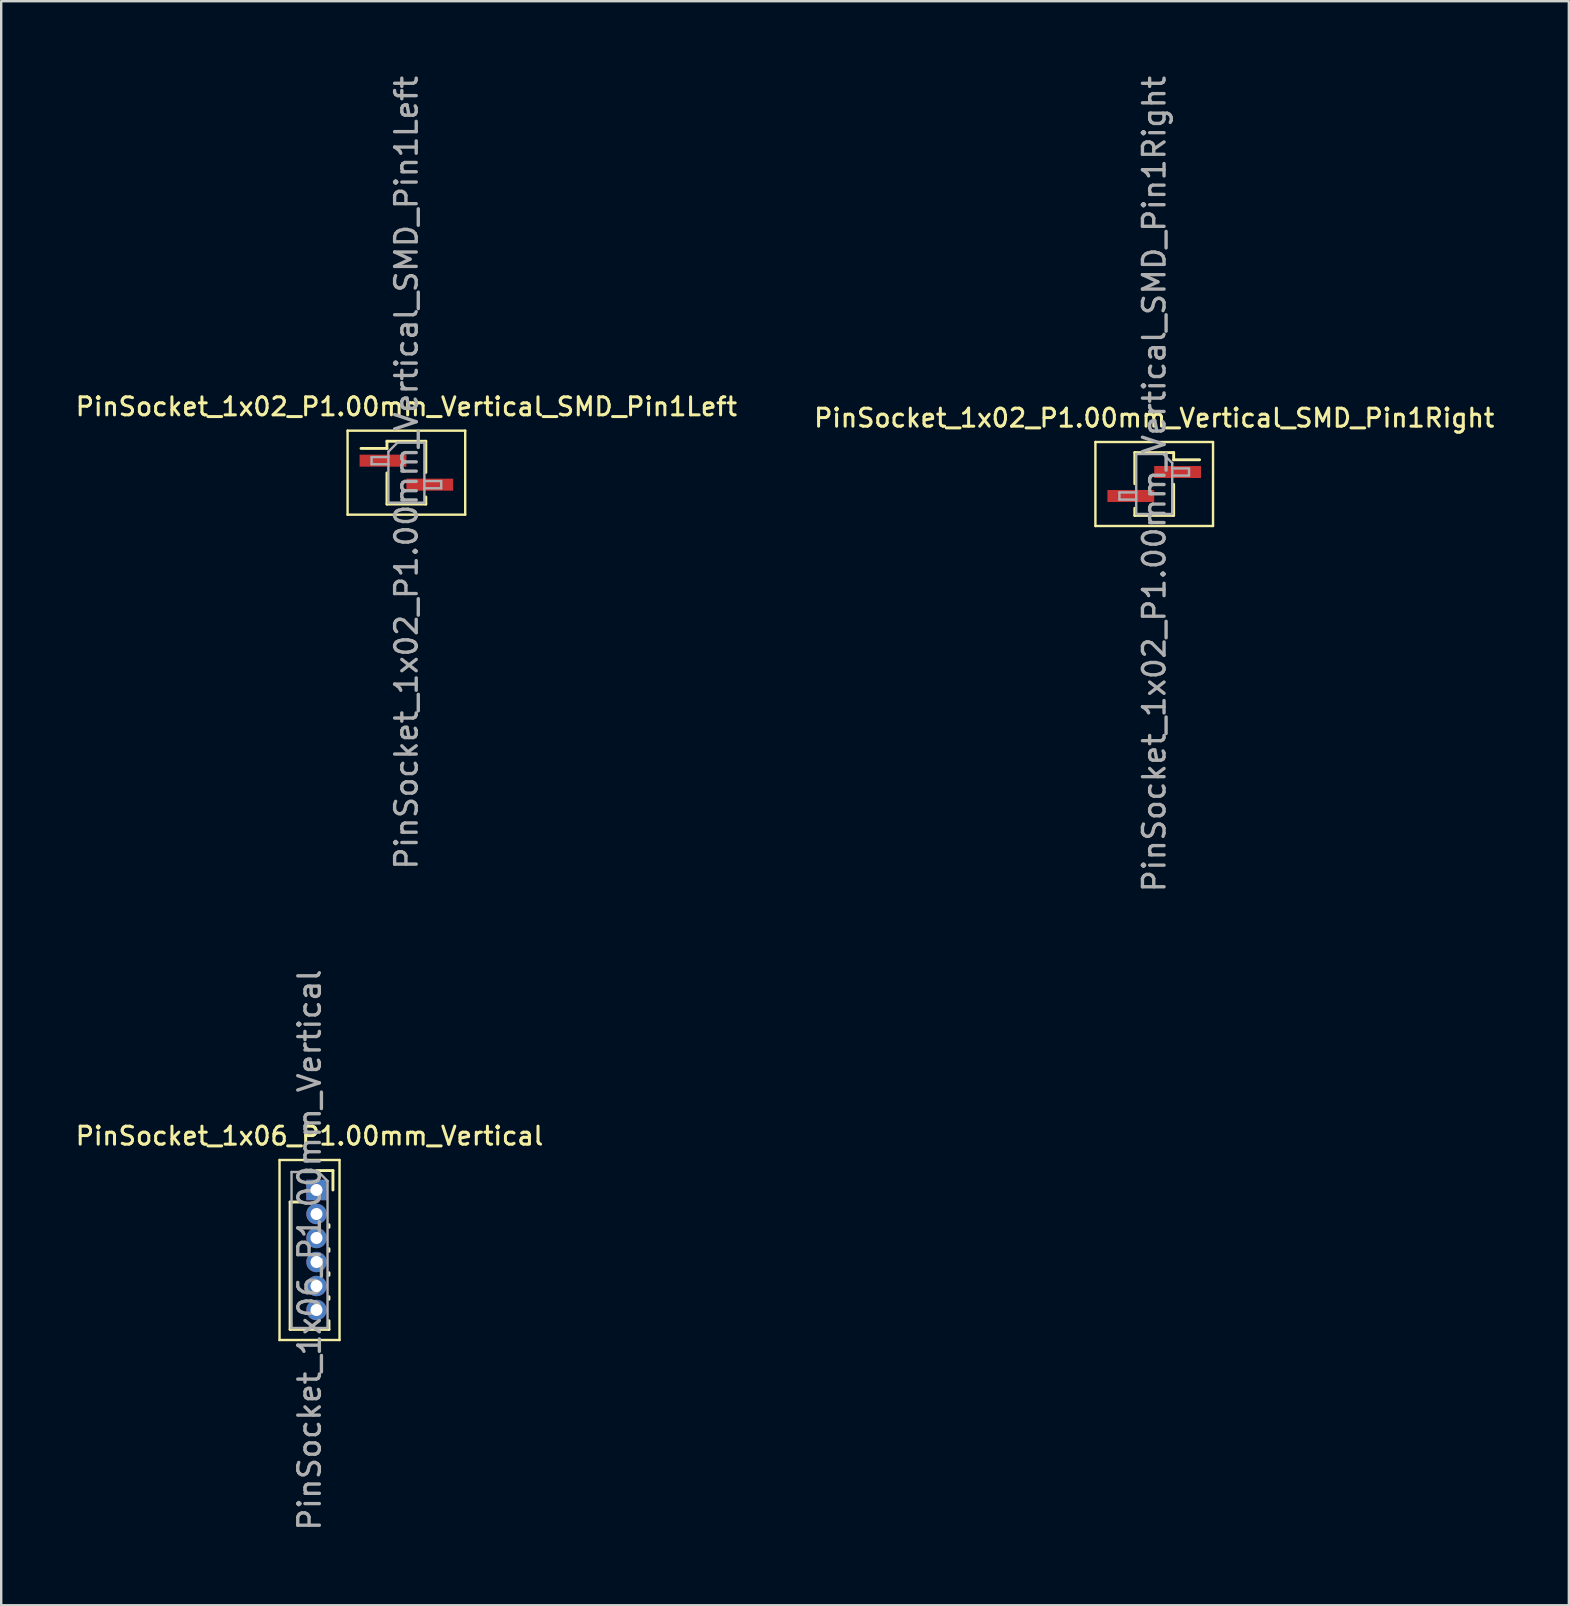
<source format=kicad_pcb>
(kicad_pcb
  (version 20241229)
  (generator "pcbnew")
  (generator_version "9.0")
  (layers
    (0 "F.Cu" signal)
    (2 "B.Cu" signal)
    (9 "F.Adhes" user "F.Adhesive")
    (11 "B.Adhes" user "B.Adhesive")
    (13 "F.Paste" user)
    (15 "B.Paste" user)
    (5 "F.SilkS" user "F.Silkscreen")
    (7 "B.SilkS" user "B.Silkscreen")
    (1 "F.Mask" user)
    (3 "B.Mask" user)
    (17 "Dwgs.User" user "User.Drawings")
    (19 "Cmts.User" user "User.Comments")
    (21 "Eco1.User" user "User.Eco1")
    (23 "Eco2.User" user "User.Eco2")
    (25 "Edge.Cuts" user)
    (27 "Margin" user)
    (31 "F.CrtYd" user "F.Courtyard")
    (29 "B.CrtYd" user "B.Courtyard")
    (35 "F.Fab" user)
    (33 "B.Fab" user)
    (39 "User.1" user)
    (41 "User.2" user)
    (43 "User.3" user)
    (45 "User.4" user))
  (footprint "PinSocket_1x06_P1.00mm_Vertical"
    (layer "F.Cu")
    (at 10.135 46.524)
    (property "Reference" "PinSocket_1x06_P1.00mm_Vertical" (at -0.29 -2.25 0) (layer "F.SilkS") (effects (font (size 0.75 0.75) (thickness 0.125))))
    (attr through_hole)
    (fp_line (start -1.54 -1.25) (end 0.96 -1.25) (stroke (width 0.1) (type solid)) (layer "F.SilkS"))
    (fp_line (start -1.54 6.25) (end -1.54 -1.25) (stroke (width 0.1) (type solid)) (layer "F.SilkS"))
    (fp_line (start -1.1 0.5) (end -1.1 5.81) (stroke (width 0.12) (type solid)) (layer "F.SilkS"))
    (fp_line (start -1.1 0.5) (end -0.685 0.5) (stroke (width 0.12) (type solid)) (layer "F.SilkS"))
    (fp_line (start -1.1 5.81) (end 0.52 5.81) (stroke (width 0.12) (type solid)) (layer "F.SilkS"))
    (fp_line (start 0 -0.81) (end 0.685 -0.81) (stroke (width 0.12) (type solid)) (layer "F.SilkS"))
    (fp_line (start 0.52 1.446) (end 0.52 1.554) (stroke (width 0.12) (type solid)) (layer "F.SilkS"))
    (fp_line (start 0.52 2.446) (end 0.52 2.554) (stroke (width 0.12) (type solid)) (layer "F.SilkS"))
    (fp_line (start 0.52 3.446) (end 0.52 3.554) (stroke (width 0.12) (type solid)) (layer "F.SilkS"))
    (fp_line (start 0.52 4.446) (end 0.52 4.554) (stroke (width 0.12) (type solid)) (layer "F.SilkS"))
    (fp_line (start 0.52 5.446) (end 0.52 5.81) (stroke (width 0.12) (type solid)) (layer "F.SilkS"))
    (fp_line (start 0.685 -0.81) (end 0.685 0) (stroke (width 0.12) (type solid)) (layer "F.SilkS"))
    (fp_line (start 0.96 -1.25) (end 0.96 6.25) (stroke (width 0.1) (type solid)) (layer "F.SilkS"))
    (fp_line (start 0.96 6.25) (end -1.54 6.25) (stroke (width 0.1) (type solid)) (layer "F.SilkS"))
    (fp_line (start -1.04 -0.75) (end 0.085 -0.75) (stroke (width 0.1) (type solid)) (layer "F.Fab"))
    (fp_line (start -1.04 5.75) (end -1.04 -0.75) (stroke (width 0.1) (type solid)) (layer "F.Fab"))
    (fp_line (start 0.085 -0.75) (end 0.46 -0.375) (stroke (width 0.1) (type solid)) (layer "F.Fab"))
    (fp_line (start 0.46 -0.375) (end 0.46 5.75) (stroke (width 0.1) (type solid)) (layer "F.Fab"))
    (fp_line (start 0.46 5.75) (end -1.04 5.75) (stroke (width 0.1) (type solid)) (layer "F.Fab"))
    (fp_text user "${REFERENCE}" (at -0.29 2.5 90) (layer "F.Fab") (effects (font (size 0.9 0.9) (thickness 0.14))))
    (pad "1" thru_hole rect (at 0 0) (size 0.85 0.85) (drill 0.5) (layers "*.Cu" "*.Mask"))
    (pad "2" thru_hole oval (at 0 1) (size 0.85 0.85) (drill 0.5) (layers "*.Cu" "*.Mask"))
    (pad "3" thru_hole oval (at 0 2) (size 0.85 0.85) (drill 0.5) (layers "*.Cu" "*.Mask"))
    (pad "4" thru_hole oval (at 0 3) (size 0.85 0.85) (drill 0.5) (layers "*.Cu" "*.Mask"))
    (pad "5" thru_hole oval (at 0 4) (size 0.85 0.85) (drill 0.5) (layers "*.Cu" "*.Mask"))
    (pad "6" thru_hole oval (at 0 5) (size 0.85 0.85) (drill 0.5) (layers "*.Cu" "*.Mask")))
  (footprint "PinSocket_1x02_P1.00mm_Vertical_SMD_Pin1Right"
    (layer "F.Cu")
    (at 45.034 17.113)
    (property "Reference" "PinSocket_1x02_P1.00mm_Vertical_SMD_Pin1Right" (at 0 -2.75 0) (layer "F.SilkS") (effects (font (size 0.75 0.75) (thickness 0.125))))
    (attr smd)
    (fp_line (start -2.45 -1.75) (end 2.45 -1.75) (stroke (width 0.1) (type solid)) (layer "F.SilkS"))
    (fp_line (start -2.45 1.75) (end -2.45 -1.75) (stroke (width 0.1) (type solid)) (layer "F.SilkS"))
    (fp_line (start -0.81 -1.31) (end -0.81 -0.01) (stroke (width 0.12) (type solid)) (layer "F.SilkS"))
    (fp_line (start -0.81 -1.31) (end 0.81 -1.31) (stroke (width 0.12) (type solid)) (layer "F.SilkS"))
    (fp_line (start -0.81 1.01) (end -0.81 1.31) (stroke (width 0.12) (type solid)) (layer "F.SilkS"))
    (fp_line (start -0.81 1.31) (end 0.81 1.31) (stroke (width 0.12) (type solid)) (layer "F.SilkS"))
    (fp_line (start 0.81 -1.31) (end 0.81 -1.01) (stroke (width 0.12) (type solid)) (layer "F.SilkS"))
    (fp_line (start 0.81 -1.01) (end 1.89 -1.01) (stroke (width 0.12) (type solid)) (layer "F.SilkS"))
    (fp_line (start 0.81 0.01) (end 0.81 1.31) (stroke (width 0.12) (type solid)) (layer "F.SilkS"))
    (fp_line (start 2.45 -1.75) (end 2.45 1.75) (stroke (width 0.1) (type solid)) (layer "F.SilkS"))
    (fp_line (start 2.45 1.75) (end -2.45 1.75) (stroke (width 0.1) (type solid)) (layer "F.SilkS"))
    (fp_line (start -1.45 0.35) (end -0.75 0.35) (stroke (width 0.1) (type solid)) (layer "F.Fab"))
    (fp_line (start -1.45 0.65) (end -1.45 0.35) (stroke (width 0.1) (type solid)) (layer "F.Fab"))
    (fp_line (start -0.75 -1.25) (end 0.375 -1.25) (stroke (width 0.1) (type solid)) (layer "F.Fab"))
    (fp_line (start -0.75 0.65) (end -1.45 0.65) (stroke (width 0.1) (type solid)) (layer "F.Fab"))
    (fp_line (start -0.75 1.25) (end -0.75 -1.25) (stroke (width 0.1) (type solid)) (layer "F.Fab"))
    (fp_line (start 0.375 -1.25) (end 0.75 -0.875) (stroke (width 0.1) (type solid)) (layer "F.Fab"))
    (fp_line (start 0.75 -0.875) (end 0.75 1.25) (stroke (width 0.1) (type solid)) (layer "F.Fab"))
    (fp_line (start 0.75 -0.65) (end 1.45 -0.65) (stroke (width 0.1) (type solid)) (layer "F.Fab"))
    (fp_line (start 0.75 1.25) (end -0.75 1.25) (stroke (width 0.1) (type solid)) (layer "F.Fab"))
    (fp_line (start 1.45 -0.65) (end 1.45 -0.35) (stroke (width 0.1) (type solid)) (layer "F.Fab"))
    (fp_line (start 1.45 -0.35) (end 0.75 -0.35) (stroke (width 0.1) (type solid)) (layer "F.Fab"))
    (fp_text user "${REFERENCE}" (at 0 0 90) (layer "F.Fab") (effects (font (size 0.9 0.9) (thickness 0.14))))
    (pad "1" smd rect (at 0.975 -0.5) (size 1.95 0.5) (layers "F.Cu" "F.Mask" "F.Paste"))
    (pad "2" smd rect (at -0.975 0.5) (size 1.95 0.5) (layers "F.Cu" "F.Mask" "F.Paste")))
  (footprint "PinSocket_1x02_P1.00mm_Vertical_SMD_Pin1Left"
    (layer "F.Cu")
    (at 13.88 16.641)
    (property "Reference" "PinSocket_1x02_P1.00mm_Vertical_SMD_Pin1Left" (at 0 -2.75 0) (layer "F.SilkS") (effects (font (size 0.75 0.75) (thickness 0.125))))
    (attr smd)
    (fp_line (start -2.45 -1.75) (end 2.45 -1.75) (stroke (width 0.1) (type solid)) (layer "F.SilkS"))
    (fp_line (start -2.45 1.75) (end -2.45 -1.75) (stroke (width 0.1) (type solid)) (layer "F.SilkS"))
    (fp_line (start -1.89 -1.01) (end -0.81 -1.01) (stroke (width 0.12) (type solid)) (layer "F.SilkS"))
    (fp_line (start -0.81 -1.31) (end -0.81 -1.01) (stroke (width 0.12) (type solid)) (layer "F.SilkS"))
    (fp_line (start -0.81 -1.31) (end 0.81 -1.31) (stroke (width 0.12) (type solid)) (layer "F.SilkS"))
    (fp_line (start -0.81 0.01) (end -0.81 1.31) (stroke (width 0.12) (type solid)) (layer "F.SilkS"))
    (fp_line (start -0.81 1.31) (end 0.81 1.31) (stroke (width 0.12) (type solid)) (layer "F.SilkS"))
    (fp_line (start 0.81 -1.31) (end 0.81 -0.01) (stroke (width 0.12) (type solid)) (layer "F.SilkS"))
    (fp_line (start 0.81 1.01) (end 0.81 1.31) (stroke (width 0.12) (type solid)) (layer "F.SilkS"))
    (fp_line (start 2.45 -1.75) (end 2.45 1.75) (stroke (width 0.1) (type solid)) (layer "F.SilkS"))
    (fp_line (start 2.45 1.75) (end -2.45 1.75) (stroke (width 0.1) (type solid)) (layer "F.SilkS"))
    (fp_line (start -1.45 -0.65) (end -0.75 -0.65) (stroke (width 0.1) (type solid)) (layer "F.Fab"))
    (fp_line (start -1.45 -0.35) (end -1.45 -0.65) (stroke (width 0.1) (type solid)) (layer "F.Fab"))
    (fp_line (start -0.75 -0.875) (end -0.375 -1.25) (stroke (width 0.1) (type solid)) (layer "F.Fab"))
    (fp_line (start -0.75 -0.35) (end -1.45 -0.35) (stroke (width 0.1) (type solid)) (layer "F.Fab"))
    (fp_line (start -0.75 1.25) (end -0.75 -0.875) (stroke (width 0.1) (type solid)) (layer "F.Fab"))
    (fp_line (start -0.375 -1.25) (end 0.75 -1.25) (stroke (width 0.1) (type solid)) (layer "F.Fab"))
    (fp_line (start 0.75 -1.25) (end 0.75 1.25) (stroke (width 0.1) (type solid)) (layer "F.Fab"))
    (fp_line (start 0.75 0.35) (end 1.45 0.35) (stroke (width 0.1) (type solid)) (layer "F.Fab"))
    (fp_line (start 0.75 1.25) (end -0.75 1.25) (stroke (width 0.1) (type solid)) (layer "F.Fab"))
    (fp_line (start 1.45 0.35) (end 1.45 0.65) (stroke (width 0.1) (type solid)) (layer "F.Fab"))
    (fp_line (start 1.45 0.65) (end 0.75 0.65) (stroke (width 0.1) (type solid)) (layer "F.Fab"))
    (fp_text user "${REFERENCE}" (at 0 0 90) (layer "F.Fab") (effects (font (size 0.9 0.9) (thickness 0.14))))
    (pad "1" smd rect (at -0.975 -0.5) (size 1.95 0.5) (layers "F.Cu" "F.Mask" "F.Paste"))
    (pad "2" smd rect (at 0.975 0.5) (size 1.95 0.5) (layers "F.Cu" "F.Mask" "F.Paste")))
  (gr_rect
    (start -3 -3)
    (end 62.307 63.823)
    (stroke (width 0.1) (type default))
    (fill no)
    (layer "Edge.Cuts")))
</source>
